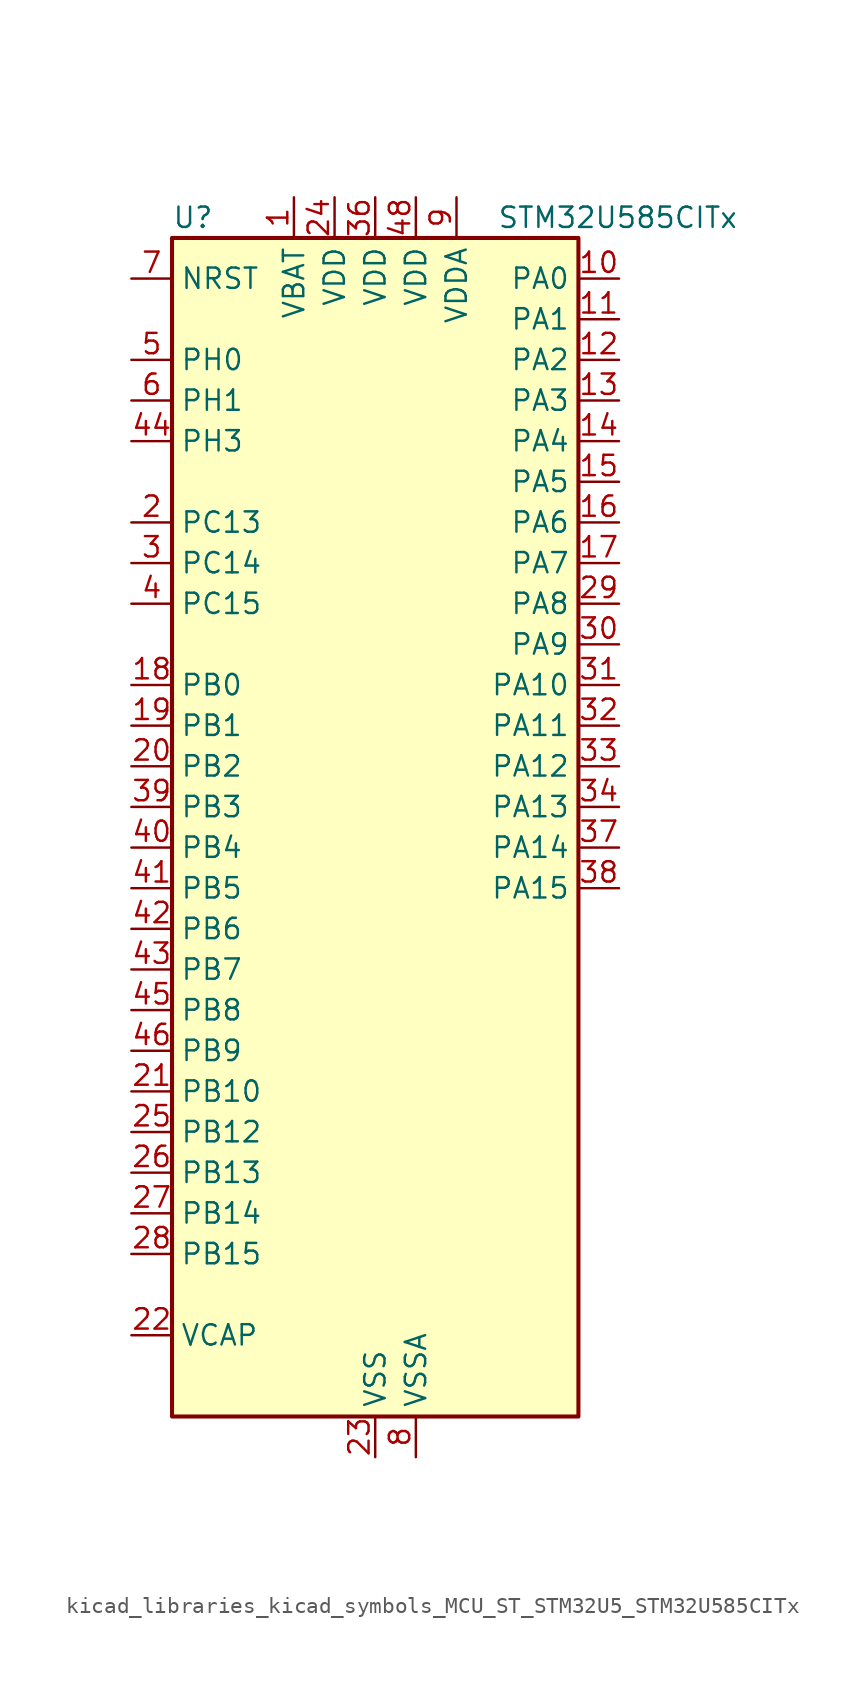
<source format=kicad_sym>
(kicad_symbol_lib
  (version 20220914)
  (generator kicad_symbol_editor)
  (symbol "kicad_libraries_kicad_symbols_MCU_ST_STM32U5_STM32U585CITx"
    (property "Reference" "U"
      (at -12.7 39.37 0)
      (effects (font (size 1.27 1.27)) (justify left)))
    (property "Value" "STM32U585CITx"
      (at 7.62 39.37 0)
      (effects (font (size 1.27 1.27)) (justify left)))
    (property "ki_locked" ""
      (at 0 0 0)
      (effects (font (size 1.27 1.27))))
    (symbol "kicad_libraries_kicad_symbols_MCU_ST_STM32U5_STM32U585CITx_0_1"
      (rectangle (start -12.7 -35.56) (end 12.7 38.1) (stroke (width 0.254) (type default)) (fill (type background))))
    (symbol "kicad_libraries_kicad_symbols_MCU_ST_STM32U5_STM32U585CITx_1_1"
      (pin power_in line (at -5.08 40.64 270) (length 2.54) (name "VBAT" (effects (font (size 1.27 1.27)))) (number "1" (effects (font (size 1.27 1.27)))))
      (pin bidirectional line (at 15.24 35.56 180) (length 2.54) (name "PA0" (effects (font (size 1.27 1.27)))) (number "10" (effects (font (size 1.27 1.27)))) (alternate "ADC1_IN5" bidirectional line) (alternate "AUDIOCLK" bidirectional line) (alternate "OCTOSPIM_P2_NCS" bidirectional line) (alternate "OPAMP1_VINP" bidirectional line) (alternate "PWR_WKUP1" bidirectional line) (alternate "SPI3_RDY" bidirectional line) (alternate "TAMP_IN2" bidirectional line) (alternate "TAMP_OUT1" bidirectional line) (alternate "TIM2_CH1" bidirectional line) (alternate "TIM2_ETR" bidirectional line) (alternate "TIM5_CH1" bidirectional line) (alternate "TIM8_ETR" bidirectional line) (alternate "UART4_TX" bidirectional line) (alternate "USART2_CTS" bidirectional line))
      (pin bidirectional line (at 15.24 33.02 180) (length 2.54) (name "PA1" (effects (font (size 1.27 1.27)))) (number "11" (effects (font (size 1.27 1.27)))) (alternate "ADC1_IN6" bidirectional line) (alternate "I2C1_SMBA" bidirectional line) (alternate "LPTIM1_CH2" bidirectional line) (alternate "OCTOSPIM_P1_DQS" bidirectional line) (alternate "OPAMP1_VINM" bidirectional line) (alternate "PWR_WKUP3" bidirectional line) (alternate "SPI1_SCK" bidirectional line) (alternate "TAMP_IN5" bidirectional line) (alternate "TAMP_OUT4" bidirectional line) (alternate "TIM15_CH1N" bidirectional line) (alternate "TIM2_CH2" bidirectional line) (alternate "TIM5_CH2" bidirectional line) (alternate "UART4_RX" bidirectional line) (alternate "USART2_DE" bidirectional line) (alternate "USART2_RTS" bidirectional line))
      (pin bidirectional line (at 15.24 30.48 180) (length 2.54) (name "PA2" (effects (font (size 1.27 1.27)))) (number "12" (effects (font (size 1.27 1.27)))) (alternate "ADC1_IN7" bidirectional line) (alternate "COMP1_INP" bidirectional line) (alternate "LPUART1_TX" bidirectional line) (alternate "OCTOSPIM_P1_NCS" bidirectional line) (alternate "PWR_WKUP4" bidirectional line) (alternate "RCC_LSCO" bidirectional line) (alternate "SPI1_RDY" bidirectional line) (alternate "TIM15_CH1" bidirectional line) (alternate "TIM2_CH3" bidirectional line) (alternate "TIM5_CH3" bidirectional line) (alternate "UCPD1_FRSTX1" bidirectional line) (alternate "USART2_TX" bidirectional line))
      (pin bidirectional line (at 15.24 27.94 180) (length 2.54) (name "PA3" (effects (font (size 1.27 1.27)))) (number "13" (effects (font (size 1.27 1.27)))) (alternate "ADC1_IN8" bidirectional line) (alternate "LPUART1_RX" bidirectional line) (alternate "OCTOSPIM_P1_CLK" bidirectional line) (alternate "OPAMP1_VOUT" bidirectional line) (alternate "PWR_WKUP5" bidirectional line) (alternate "SAI1_CK1" bidirectional line) (alternate "SAI1_MCLK_A" bidirectional line) (alternate "TIM15_CH2" bidirectional line) (alternate "TIM2_CH4" bidirectional line) (alternate "TIM5_CH4" bidirectional line) (alternate "USART2_RX" bidirectional line))
      (pin bidirectional line (at 15.24 25.4 180) (length 2.54) (name "PA4" (effects (font (size 1.27 1.27)))) (number "14" (effects (font (size 1.27 1.27)))) (alternate "ADC1_IN9" bidirectional line) (alternate "ADC4_IN9" bidirectional line) (alternate "DAC1_OUT1" bidirectional line) (alternate "LPTIM2_CH1" bidirectional line) (alternate "OCTOSPIM_P1_NCS" bidirectional line) (alternate "PWR_WKUP2" bidirectional line) (alternate "SAI1_FS_B" bidirectional line) (alternate "SPI1_NSS" bidirectional line) (alternate "SPI3_NSS" bidirectional line) (alternate "USART2_CK" bidirectional line))
      (pin bidirectional line (at 15.24 22.86 180) (length 2.54) (name "PA5" (effects (font (size 1.27 1.27)))) (number "15" (effects (font (size 1.27 1.27)))) (alternate "ADC1_IN10" bidirectional line) (alternate "ADC4_IN10" bidirectional line) (alternate "DAC1_OUT2" bidirectional line) (alternate "LPTIM2_ETR" bidirectional line) (alternate "PWR_CSLEEP" bidirectional line) (alternate "PWR_WKUP6" bidirectional line) (alternate "SPI1_SCK" bidirectional line) (alternate "TIM2_CH1" bidirectional line) (alternate "TIM2_ETR" bidirectional line) (alternate "TIM8_CH1N" bidirectional line) (alternate "USART3_RX" bidirectional line))
      (pin bidirectional line (at 15.24 20.32 180) (length 2.54) (name "PA6" (effects (font (size 1.27 1.27)))) (number "16" (effects (font (size 1.27 1.27)))) (alternate "ADC1_IN11" bidirectional line) (alternate "ADC4_IN11" bidirectional line) (alternate "LPUART1_CTS" bidirectional line) (alternate "OCTOSPIM_P1_IO3" bidirectional line) (alternate "OPAMP2_VINP" bidirectional line) (alternate "PWR_CDSTOP" bidirectional line) (alternate "PWR_WKUP7" bidirectional line) (alternate "SPI1_MISO" bidirectional line) (alternate "TIM16_CH1" bidirectional line) (alternate "TIM1_BKIN" bidirectional line) (alternate "TIM3_CH1" bidirectional line) (alternate "TIM8_BKIN" bidirectional line) (alternate "USART3_CTS" bidirectional line))
      (pin bidirectional line (at 15.24 17.78 180) (length 2.54) (name "PA7" (effects (font (size 1.27 1.27)))) (number "17" (effects (font (size 1.27 1.27)))) (alternate "ADC1_IN12" bidirectional line) (alternate "ADC4_IN20" bidirectional line) (alternate "I2C3_SCL" bidirectional line) (alternate "LPTIM2_CH2" bidirectional line) (alternate "OCTOSPIM_P1_IO2" bidirectional line) (alternate "OPAMP2_VINM" bidirectional line) (alternate "PWR_SRDSTOP" bidirectional line) (alternate "PWR_WKUP8" bidirectional line) (alternate "SPI1_MOSI" bidirectional line) (alternate "TIM17_CH1" bidirectional line) (alternate "TIM1_CH1N" bidirectional line) (alternate "TIM3_CH2" bidirectional line) (alternate "TIM8_CH1N" bidirectional line) (alternate "USART3_TX" bidirectional line))
      (pin bidirectional line (at -15.24 10.16 0) (length 2.54) (name "PB0" (effects (font (size 1.27 1.27)))) (number "18" (effects (font (size 1.27 1.27)))) (alternate "ADC1_IN15" bidirectional line) (alternate "ADC4_IN18" bidirectional line) (alternate "AUDIOCLK" bidirectional line) (alternate "COMP1_OUT" bidirectional line) (alternate "LPTIM3_CH1" bidirectional line) (alternate "OCTOSPIM_P1_IO1" bidirectional line) (alternate "OPAMP2_VOUT" bidirectional line) (alternate "SPI1_NSS" bidirectional line) (alternate "TIM1_CH2N" bidirectional line) (alternate "TIM3_CH3" bidirectional line) (alternate "TIM8_CH2N" bidirectional line) (alternate "USART3_CK" bidirectional line))
      (pin bidirectional line (at -15.24 7.62 0) (length 2.54) (name "PB1" (effects (font (size 1.27 1.27)))) (number "19" (effects (font (size 1.27 1.27)))) (alternate "ADC1_IN16" bidirectional line) (alternate "ADC4_IN19" bidirectional line) (alternate "COMP1_INM" bidirectional line) (alternate "LPTIM2_IN1" bidirectional line) (alternate "LPTIM3_CH2" bidirectional line) (alternate "LPUART1_DE" bidirectional line) (alternate "LPUART1_RTS" bidirectional line) (alternate "MDF1_SDI0" bidirectional line) (alternate "OCTOSPIM_P1_IO0" bidirectional line) (alternate "PWR_WKUP4" bidirectional line) (alternate "TIM1_CH3N" bidirectional line) (alternate "TIM3_CH4" bidirectional line) (alternate "TIM8_CH3N" bidirectional line) (alternate "USART3_DE" bidirectional line) (alternate "USART3_RTS" bidirectional line))
      (pin bidirectional line (at -15.24 20.32 0) (length 2.54) (name "PC13" (effects (font (size 1.27 1.27)))) (number "2" (effects (font (size 1.27 1.27)))) (alternate "PWR_WKUP2" bidirectional line) (alternate "RTC_OUT1" bidirectional line) (alternate "RTC_TS" bidirectional line) (alternate "TAMP_IN1" bidirectional line) (alternate "TAMP_OUT2" bidirectional line))
      (pin bidirectional line (at -15.24 5.08 0) (length 2.54) (name "PB2" (effects (font (size 1.27 1.27)))) (number "20" (effects (font (size 1.27 1.27)))) (alternate "ADC1_IN17" bidirectional line) (alternate "COMP1_INP" bidirectional line) (alternate "I2C3_SMBA" bidirectional line) (alternate "LPTIM1_CH1" bidirectional line) (alternate "MDF1_CKI0" bidirectional line) (alternate "OCTOSPIM_P1_DQS" bidirectional line) (alternate "PWR_WKUP1" bidirectional line) (alternate "RTC_OUT2" bidirectional line) (alternate "SPI1_RDY" bidirectional line) (alternate "TIM8_CH4N" bidirectional line) (alternate "UCPD1_FRSTX1" bidirectional line))
      (pin bidirectional line (at -15.24 -15.24 0) (length 2.54) (name "PB10" (effects (font (size 1.27 1.27)))) (number "21" (effects (font (size 1.27 1.27)))) (alternate "COMP1_OUT" bidirectional line) (alternate "I2C2_SCL" bidirectional line) (alternate "I2C4_SCL" bidirectional line) (alternate "LPTIM3_CH1" bidirectional line) (alternate "LPUART1_RX" bidirectional line) (alternate "OCTOSPIM_P1_CLK" bidirectional line) (alternate "PWR_WKUP8" bidirectional line) (alternate "SAI1_SCK_A" bidirectional line) (alternate "SPI2_SCK" bidirectional line) (alternate "TIM2_CH3" bidirectional line) (alternate "TSC_SYNC" bidirectional line) (alternate "USART3_TX" bidirectional line))
      (pin power_out line (at -15.24 -30.48 0) (length 2.54) (name "VCAP" (effects (font (size 1.27 1.27)))) (number "22" (effects (font (size 1.27 1.27)))))
      (pin power_in line (at 0 -38.1 90) (length 2.54) (name "VSS" (effects (font (size 1.27 1.27)))) (number "23" (effects (font (size 1.27 1.27)))))
      (pin power_in line (at -2.54 40.64 270) (length 2.54) (name "VDD" (effects (font (size 1.27 1.27)))) (number "24" (effects (font (size 1.27 1.27)))))
      (pin bidirectional line (at -15.24 -17.78 0) (length 2.54) (name "PB12" (effects (font (size 1.27 1.27)))) (number "25" (effects (font (size 1.27 1.27)))) (alternate "I2C2_SMBA" bidirectional line) (alternate "LPUART1_DE" bidirectional line) (alternate "LPUART1_RTS" bidirectional line) (alternate "MDF1_SDI1" bidirectional line) (alternate "OCTOSPIM_P1_NCLK" bidirectional line) (alternate "SPI2_NSS" bidirectional line) (alternate "TIM15_BKIN" bidirectional line) (alternate "TIM1_BKIN" bidirectional line) (alternate "TSC_G1_IO1" bidirectional line) (alternate "USART3_CK" bidirectional line))
      (pin bidirectional line (at -15.24 -20.32 0) (length 2.54) (name "PB13" (effects (font (size 1.27 1.27)))) (number "26" (effects (font (size 1.27 1.27)))) (alternate "I2C2_SCL" bidirectional line) (alternate "LPTIM3_IN1" bidirectional line) (alternate "LPUART1_CTS" bidirectional line) (alternate "MDF1_CKI1" bidirectional line) (alternate "SPI2_SCK" bidirectional line) (alternate "TIM15_CH1N" bidirectional line) (alternate "TIM1_CH1N" bidirectional line) (alternate "TSC_G1_IO2" bidirectional line) (alternate "USART3_CTS" bidirectional line))
      (pin bidirectional line (at -15.24 -22.86 0) (length 2.54) (name "PB14" (effects (font (size 1.27 1.27)))) (number "27" (effects (font (size 1.27 1.27)))) (alternate "I2C2_SDA" bidirectional line) (alternate "LPTIM3_ETR" bidirectional line) (alternate "MDF1_SDI2" bidirectional line) (alternate "SPI2_MISO" bidirectional line) (alternate "TIM15_CH1" bidirectional line) (alternate "TIM1_CH2N" bidirectional line) (alternate "TIM8_CH2N" bidirectional line) (alternate "TSC_G1_IO3" bidirectional line) (alternate "UCPD1_DBCC2" bidirectional line) (alternate "USART3_DE" bidirectional line) (alternate "USART3_RTS" bidirectional line))
      (pin bidirectional line (at -15.24 -25.4 0) (length 2.54) (name "PB15" (effects (font (size 1.27 1.27)))) (number "28" (effects (font (size 1.27 1.27)))) (alternate "ADC1_EXTI15" bidirectional line) (alternate "ADC4_EXTI15" bidirectional line) (alternate "LPTIM2_IN2" bidirectional line) (alternate "MDF1_CKI2" bidirectional line) (alternate "PWR_WKUP7" bidirectional line) (alternate "RTC_REFIN" bidirectional line) (alternate "SPI2_MOSI" bidirectional line) (alternate "TIM15_CH2" bidirectional line) (alternate "TIM1_CH3N" bidirectional line) (alternate "TIM8_CH3N" bidirectional line) (alternate "UCPD1_CC2" bidirectional line))
      (pin bidirectional line (at 15.24 15.24 180) (length 2.54) (name "PA8" (effects (font (size 1.27 1.27)))) (number "29" (effects (font (size 1.27 1.27)))) (alternate "DEBUG_TRACECLK" bidirectional line) (alternate "LPTIM2_CH1" bidirectional line) (alternate "RCC_MCO" bidirectional line) (alternate "SAI1_CK2" bidirectional line) (alternate "SAI1_SCK_A" bidirectional line) (alternate "SPI1_RDY" bidirectional line) (alternate "TIM1_CH1" bidirectional line) (alternate "USART1_CK" bidirectional line) (alternate "USB_OTG_FS_SOF" bidirectional line))
      (pin bidirectional line (at -15.24 17.78 0) (length 2.54) (name "PC14" (effects (font (size 1.27 1.27)))) (number "3" (effects (font (size 1.27 1.27)))) (alternate "RCC_OSC32_IN" bidirectional line))
      (pin bidirectional line (at 15.24 12.7 180) (length 2.54) (name "PA9" (effects (font (size 1.27 1.27)))) (number "30" (effects (font (size 1.27 1.27)))) (alternate "DAC1_EXTI9" bidirectional line) (alternate "SAI1_FS_A" bidirectional line) (alternate "SPI2_SCK" bidirectional line) (alternate "TIM15_BKIN" bidirectional line) (alternate "TIM1_CH2" bidirectional line) (alternate "USART1_TX" bidirectional line) (alternate "USB_OTG_FS_VBUS" bidirectional line))
      (pin bidirectional line (at 15.24 10.16 180) (length 2.54) (name "PA10" (effects (font (size 1.27 1.27)))) (number "31" (effects (font (size 1.27 1.27)))) (alternate "CRS_SYNC" bidirectional line) (alternate "LPTIM2_IN2" bidirectional line) (alternate "SAI1_D1" bidirectional line) (alternate "SAI1_SD_A" bidirectional line) (alternate "TIM17_BKIN" bidirectional line) (alternate "TIM1_CH3" bidirectional line) (alternate "USART1_RX" bidirectional line) (alternate "USB_OTG_FS_ID" bidirectional line))
      (pin bidirectional line (at 15.24 7.62 180) (length 2.54) (name "PA11" (effects (font (size 1.27 1.27)))) (number "32" (effects (font (size 1.27 1.27)))) (alternate "ADC1_EXTI11" bidirectional line) (alternate "FDCAN1_RX" bidirectional line) (alternate "SPI1_MISO" bidirectional line) (alternate "TIM1_BKIN2" bidirectional line) (alternate "TIM1_CH4" bidirectional line) (alternate "USART1_CTS" bidirectional line) (alternate "USB_OTG_FS_DM" bidirectional line))
      (pin bidirectional line (at 15.24 5.08 180) (length 2.54) (name "PA12" (effects (font (size 1.27 1.27)))) (number "33" (effects (font (size 1.27 1.27)))) (alternate "FDCAN1_TX" bidirectional line) (alternate "OCTOSPIM_P2_NCS" bidirectional line) (alternate "SPI1_MOSI" bidirectional line) (alternate "TIM1_ETR" bidirectional line) (alternate "USART1_DE" bidirectional line) (alternate "USART1_RTS" bidirectional line) (alternate "USB_OTG_FS_DP" bidirectional line))
      (pin bidirectional line (at 15.24 2.54 180) (length 2.54) (name "PA13" (effects (font (size 1.27 1.27)))) (number "34" (effects (font (size 1.27 1.27)))) (alternate "DEBUG_JTMS-SWDIO" bidirectional line) (alternate "IR_OUT" bidirectional line) (alternate "SAI1_SD_B" bidirectional line) (alternate "USB_OTG_FS_NOE" bidirectional line))
      (pin passive line (at 0 -38.1 90) (length 2.54) hide (name "VSS" (effects (font (size 1.27 1.27)))) (number "35" (effects (font (size 1.27 1.27)))))
      (pin power_in line (at 0 40.64 270) (length 2.54) (name "VDD" (effects (font (size 1.27 1.27)))) (number "36" (effects (font (size 1.27 1.27)))))
      (pin bidirectional line (at 15.24 0 180) (length 2.54) (name "PA14" (effects (font (size 1.27 1.27)))) (number "37" (effects (font (size 1.27 1.27)))) (alternate "DEBUG_JTCK-SWCLK" bidirectional line) (alternate "I2C1_SMBA" bidirectional line) (alternate "I2C4_SMBA" bidirectional line) (alternate "LPTIM1_CH1" bidirectional line) (alternate "SAI1_FS_B" bidirectional line) (alternate "USB_OTG_FS_SOF" bidirectional line))
      (pin bidirectional line (at 15.24 -2.54 180) (length 2.54) (name "PA15" (effects (font (size 1.27 1.27)))) (number "38" (effects (font (size 1.27 1.27)))) (alternate "ADC1_EXTI15" bidirectional line) (alternate "ADC4_EXTI15" bidirectional line) (alternate "DEBUG_JTDI" bidirectional line) (alternate "SPI1_NSS" bidirectional line) (alternate "SPI3_NSS" bidirectional line) (alternate "TIM2_CH1" bidirectional line) (alternate "TIM2_ETR" bidirectional line) (alternate "UART4_DE" bidirectional line) (alternate "UART4_RTS" bidirectional line) (alternate "UCPD1_CC1" bidirectional line) (alternate "USART2_RX" bidirectional line) (alternate "USART3_DE" bidirectional line) (alternate "USART3_RTS" bidirectional line))
      (pin bidirectional line (at -15.24 2.54 0) (length 2.54) (name "PB3" (effects (font (size 1.27 1.27)))) (number "39" (effects (font (size 1.27 1.27)))) (alternate "ADF1_CCK0" bidirectional line) (alternate "COMP2_INM" bidirectional line) (alternate "CRS_SYNC" bidirectional line) (alternate "DEBUG_JTDO-SWO" bidirectional line) (alternate "I2C1_SDA" bidirectional line) (alternate "LPTIM1_CH1" bidirectional line) (alternate "SAI1_SCK_B" bidirectional line) (alternate "SPI1_SCK" bidirectional line) (alternate "SPI3_SCK" bidirectional line) (alternate "TIM2_CH2" bidirectional line) (alternate "USART1_DE" bidirectional line) (alternate "USART1_RTS" bidirectional line))
      (pin bidirectional line (at -15.24 15.24 0) (length 2.54) (name "PC15" (effects (font (size 1.27 1.27)))) (number "4" (effects (font (size 1.27 1.27)))) (alternate "ADC1_EXTI15" bidirectional line) (alternate "ADC4_EXTI15" bidirectional line) (alternate "RCC_OSC32_OUT" bidirectional line))
      (pin bidirectional line (at -15.24 0 0) (length 2.54) (name "PB4" (effects (font (size 1.27 1.27)))) (number "40" (effects (font (size 1.27 1.27)))) (alternate "ADF1_SDI0" bidirectional line) (alternate "COMP2_INP" bidirectional line) (alternate "DEBUG_JTRST" bidirectional line) (alternate "I2C3_SDA" bidirectional line) (alternate "LPTIM1_CH2" bidirectional line) (alternate "SAI1_MCLK_B" bidirectional line) (alternate "SPI1_MISO" bidirectional line) (alternate "SPI3_MISO" bidirectional line) (alternate "TIM17_BKIN" bidirectional line) (alternate "TIM3_CH1" bidirectional line) (alternate "TSC_G2_IO1" bidirectional line) (alternate "USART1_CTS" bidirectional line))
      (pin bidirectional line (at -15.24 -2.54 0) (length 2.54) (name "PB5" (effects (font (size 1.27 1.27)))) (number "41" (effects (font (size 1.27 1.27)))) (alternate "COMP2_OUT" bidirectional line) (alternate "I2C1_SMBA" bidirectional line) (alternate "LPTIM1_IN1" bidirectional line) (alternate "OCTOSPIM_P1_NCLK" bidirectional line) (alternate "PWR_WKUP6" bidirectional line) (alternate "SAI1_SD_B" bidirectional line) (alternate "SPI1_MOSI" bidirectional line) (alternate "SPI3_MOSI" bidirectional line) (alternate "TIM16_BKIN" bidirectional line) (alternate "TIM3_CH2" bidirectional line) (alternate "TSC_G2_IO2" bidirectional line) (alternate "UCPD1_DBCC1" bidirectional line) (alternate "USART1_CK" bidirectional line))
      (pin bidirectional line (at -15.24 -5.08 0) (length 2.54) (name "PB6" (effects (font (size 1.27 1.27)))) (number "42" (effects (font (size 1.27 1.27)))) (alternate "COMP2_INP" bidirectional line) (alternate "I2C1_SCL" bidirectional line) (alternate "I2C4_SCL" bidirectional line) (alternate "LPTIM1_ETR" bidirectional line) (alternate "MDF1_SDI5" bidirectional line) (alternate "PWR_WKUP3" bidirectional line) (alternate "SAI1_FS_B" bidirectional line) (alternate "TIM16_CH1N" bidirectional line) (alternate "TIM4_CH1" bidirectional line) (alternate "TIM8_BKIN2" bidirectional line) (alternate "TSC_G2_IO3" bidirectional line) (alternate "USART1_TX" bidirectional line))
      (pin bidirectional line (at -15.24 -7.62 0) (length 2.54) (name "PB7" (effects (font (size 1.27 1.27)))) (number "43" (effects (font (size 1.27 1.27)))) (alternate "COMP2_INM" bidirectional line) (alternate "I2C1_SDA" bidirectional line) (alternate "I2C4_SDA" bidirectional line) (alternate "LPTIM1_IN2" bidirectional line) (alternate "MDF1_CKI5" bidirectional line) (alternate "PWR_PVD_IN" bidirectional line) (alternate "PWR_WKUP4" bidirectional line) (alternate "TIM17_CH1N" bidirectional line) (alternate "TIM4_CH2" bidirectional line) (alternate "TIM8_BKIN" bidirectional line) (alternate "TSC_G2_IO4" bidirectional line) (alternate "UART4_CTS" bidirectional line) (alternate "USART1_RX" bidirectional line))
      (pin bidirectional line (at -15.24 25.4 0) (length 2.54) (name "PH3" (effects (font (size 1.27 1.27)))) (number "44" (effects (font (size 1.27 1.27)))))
      (pin bidirectional line (at -15.24 -10.16 0) (length 2.54) (name "PB8" (effects (font (size 1.27 1.27)))) (number "45" (effects (font (size 1.27 1.27)))) (alternate "FDCAN1_RX" bidirectional line) (alternate "I2C1_SCL" bidirectional line) (alternate "MDF1_CCK0" bidirectional line) (alternate "PWR_WKUP5" bidirectional line) (alternate "SAI1_CK1" bidirectional line) (alternate "SAI1_MCLK_A" bidirectional line) (alternate "SPI3_RDY" bidirectional line) (alternate "TIM16_CH1" bidirectional line) (alternate "TIM4_CH3" bidirectional line))
      (pin bidirectional line (at -15.24 -12.7 0) (length 2.54) (name "PB9" (effects (font (size 1.27 1.27)))) (number "46" (effects (font (size 1.27 1.27)))) (alternate "DAC1_EXTI9" bidirectional line) (alternate "FDCAN1_TX" bidirectional line) (alternate "I2C1_SDA" bidirectional line) (alternate "IR_OUT" bidirectional line) (alternate "SAI1_D2" bidirectional line) (alternate "SAI1_FS_A" bidirectional line) (alternate "SPI2_NSS" bidirectional line) (alternate "TIM17_CH1" bidirectional line) (alternate "TIM4_CH4" bidirectional line))
      (pin passive line (at 0 -38.1 90) (length 2.54) hide (name "VSS" (effects (font (size 1.27 1.27)))) (number "47" (effects (font (size 1.27 1.27)))))
      (pin power_in line (at 2.54 40.64 270) (length 2.54) (name "VDD" (effects (font (size 1.27 1.27)))) (number "48" (effects (font (size 1.27 1.27)))))
      (pin bidirectional line (at -15.24 30.48 0) (length 2.54) (name "PH0" (effects (font (size 1.27 1.27)))) (number "5" (effects (font (size 1.27 1.27)))) (alternate "RCC_OSC_IN" bidirectional line))
      (pin bidirectional line (at -15.24 27.94 0) (length 2.54) (name "PH1" (effects (font (size 1.27 1.27)))) (number "6" (effects (font (size 1.27 1.27)))) (alternate "RCC_OSC_OUT" bidirectional line))
      (pin input line (at -15.24 35.56 0) (length 2.54) (name "NRST" (effects (font (size 1.27 1.27)))) (number "7" (effects (font (size 1.27 1.27)))))
      (pin power_in line (at 2.54 -38.1 90) (length 2.54) (name "VSSA" (effects (font (size 1.27 1.27)))) (number "8" (effects (font (size 1.27 1.27)))))
      (pin power_in line (at 5.08 40.64 270) (length 2.54) (name "VDDA" (effects (font (size 1.27 1.27)))) (number "9" (effects (font (size 1.27 1.27))))))))
</source>
